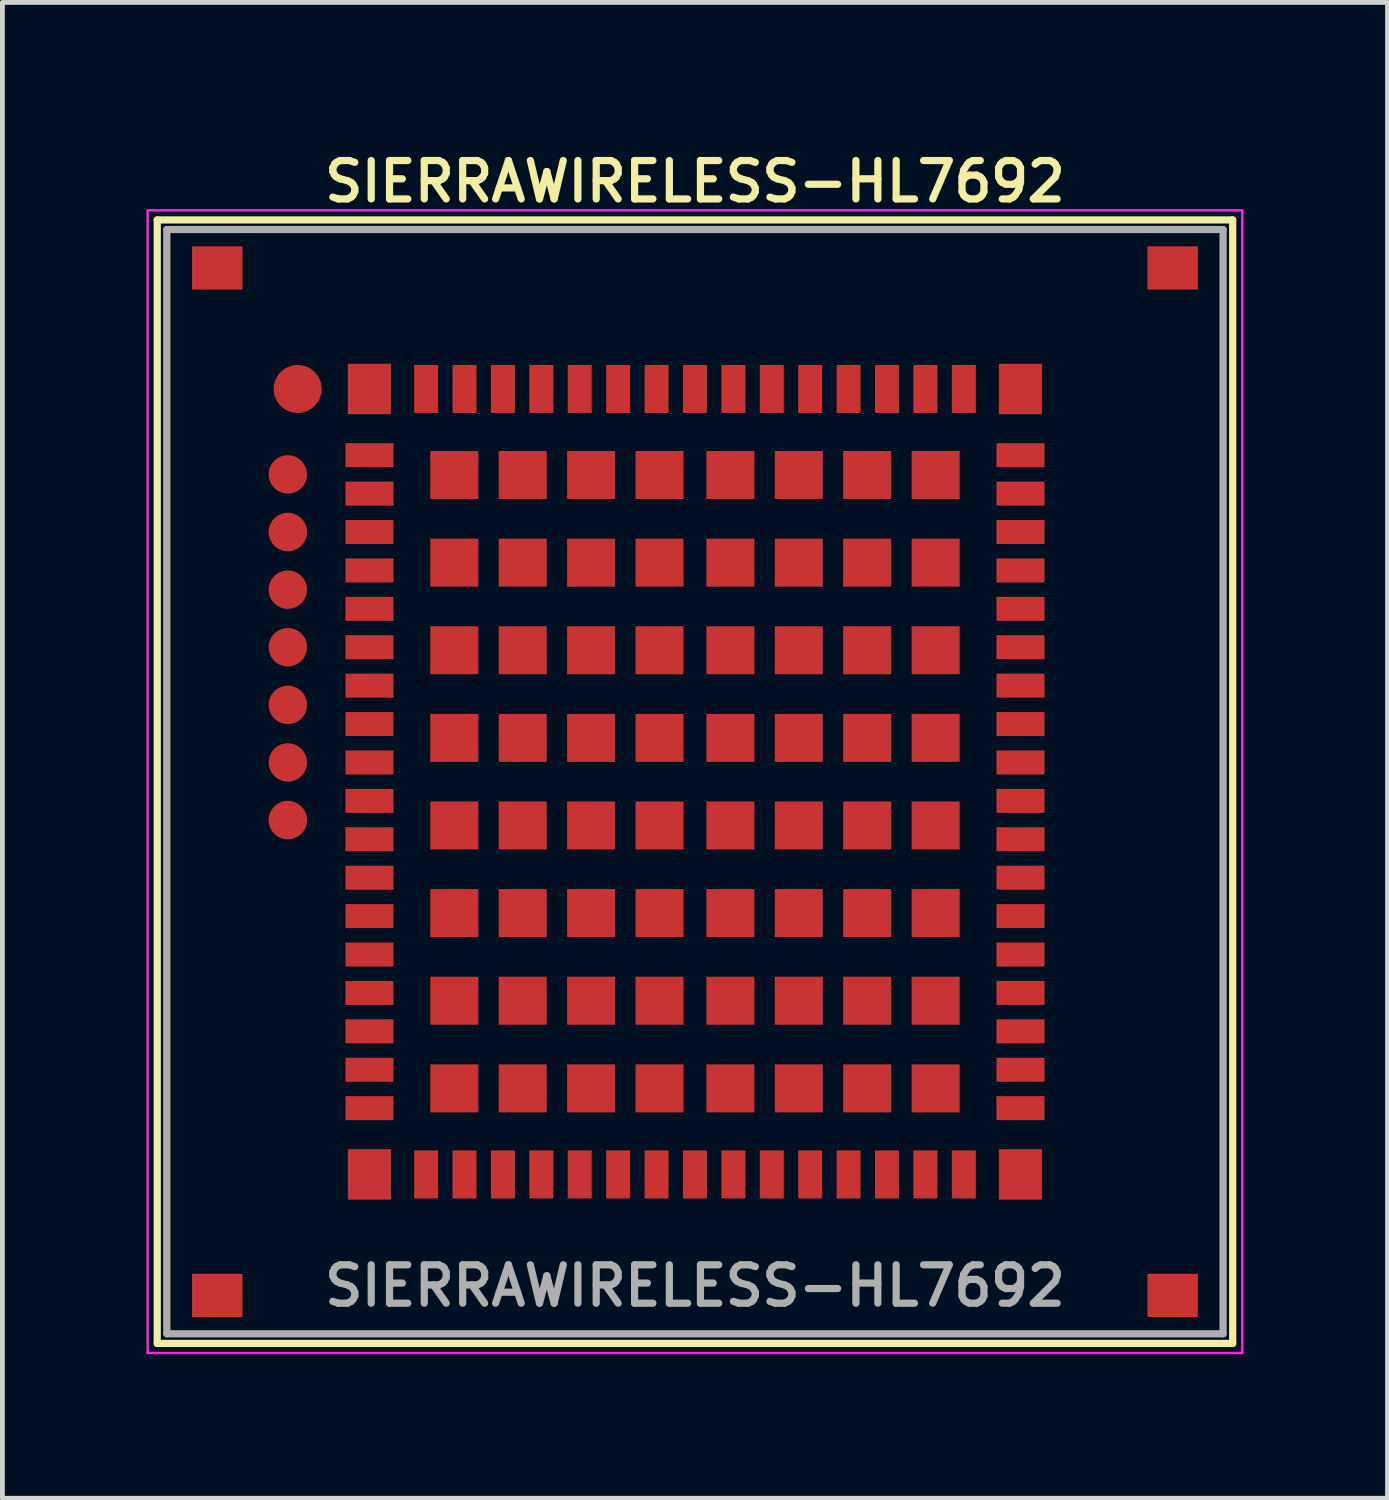
<source format=kicad_pcb>
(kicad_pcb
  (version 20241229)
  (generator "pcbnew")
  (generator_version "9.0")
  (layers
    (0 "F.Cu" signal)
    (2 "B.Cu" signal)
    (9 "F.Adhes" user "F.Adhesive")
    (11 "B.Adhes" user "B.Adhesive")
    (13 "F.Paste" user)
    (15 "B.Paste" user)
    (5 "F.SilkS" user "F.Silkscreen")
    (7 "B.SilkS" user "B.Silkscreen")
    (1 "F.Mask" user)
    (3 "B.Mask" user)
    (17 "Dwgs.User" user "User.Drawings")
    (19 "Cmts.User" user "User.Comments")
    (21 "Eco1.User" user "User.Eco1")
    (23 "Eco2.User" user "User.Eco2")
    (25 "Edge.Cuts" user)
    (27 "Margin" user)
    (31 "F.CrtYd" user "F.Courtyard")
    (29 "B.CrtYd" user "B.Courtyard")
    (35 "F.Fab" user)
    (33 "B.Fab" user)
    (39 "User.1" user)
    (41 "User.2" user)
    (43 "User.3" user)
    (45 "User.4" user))
  (footprint "SIERRAWIRELESS-HL7692"
    (layer "F.Cu")
    (at 11.425 13.231)
    (property "Reference" "SIERRAWIRELESS-HL7692" (at 0 -12.5 0) (layer "F.SilkS") (effects (font (size 0.8 0.8) (thickness 0.15))))
    (attr through_hole)
    (fp_line (start -11.2 -11.7) (end 11.2 -11.7) (stroke (width 0.15) (type solid)) (layer "F.SilkS"))
    (fp_line (start -11.2 11.7) (end -11.2 -11.7) (stroke (width 0.15) (type solid)) (layer "F.SilkS"))
    (fp_line (start 11.2 -11.7) (end 11.2 11.7) (stroke (width 0.15) (type solid)) (layer "F.SilkS"))
    (fp_line (start 11.2 11.7) (end -11.2 11.7) (stroke (width 0.15) (type solid)) (layer "F.SilkS"))
    (fp_line (start -11.4 -11.9) (end 11.4 -11.9) (stroke (width 0.05) (type solid)) (layer "F.CrtYd"))
    (fp_line (start -11.4 11.9) (end -11.4 -11.9) (stroke (width 0.05) (type solid)) (layer "F.CrtYd"))
    (fp_line (start 11.4 -11.9) (end 11.4 11.9) (stroke (width 0.05) (type solid)) (layer "F.CrtYd"))
    (fp_line (start 11.4 11.9) (end -11.4 11.9) (stroke (width 0.05) (type solid)) (layer "F.CrtYd"))
    (fp_line (start -11 -11.5) (end -11 11.5) (stroke (width 0.15) (type solid)) (layer "F.Fab"))
    (fp_line (start -11 11.5) (end 11 11.5) (stroke (width 0.15) (type solid)) (layer "F.Fab"))
    (fp_line (start 11 -11.5) (end -11 -11.5) (stroke (width 0.15) (type solid)) (layer "F.Fab"))
    (fp_line (start 11 11.5) (end 11 -11.5) (stroke (width 0.15) (type solid)) (layer "F.Fab"))
    (fp_text user "${REFERENCE}" (at 0 10.5 0) (layer "F.Fab") (effects (font (size 0.8 0.8) (thickness 0.15))))
    (pad "" smd circle (at -8.275 -8.18) (size 1 1) (layers "F.Cu" "F.Mask" "F.Paste"))
    (pad "1" smd rect (at -6.78 -6.8 90) (size 0.5 1) (layers "F.Cu" "F.Mask" "F.Paste"))
    (pad "2" smd rect (at -6.78 -6 90) (size 0.5 1) (layers "F.Cu" "F.Mask" "F.Paste"))
    (pad "3" smd rect (at -6.78 -5.2 90) (size 0.5 1) (layers "F.Cu" "F.Mask" "F.Paste"))
    (pad "4" smd rect (at -6.78 -4.4 90) (size 0.5 1) (layers "F.Cu" "F.Mask" "F.Paste"))
    (pad "5" smd rect (at -6.78 -3.6 90) (size 0.5 1) (layers "F.Cu" "F.Mask" "F.Paste"))
    (pad "6" smd rect (at -6.78 -2.8 90) (size 0.5 1) (layers "F.Cu" "F.Mask" "F.Paste"))
    (pad "7" smd rect (at -6.78 -2 90) (size 0.5 1) (layers "F.Cu" "F.Mask" "F.Paste"))
    (pad "8" smd rect (at -6.78 -1.2 90) (size 0.5 1) (layers "F.Cu" "F.Mask" "F.Paste"))
    (pad "9" smd rect (at -6.78 -0.4 90) (size 0.5 1) (layers "F.Cu" "F.Mask" "F.Paste"))
    (pad "10" smd rect (at -6.78 0.4 90) (size 0.5 1) (layers "F.Cu" "F.Mask" "F.Paste"))
    (pad "11" smd rect (at -6.78 1.2 90) (size 0.5 1) (layers "F.Cu" "F.Mask" "F.Paste"))
    (pad "12" smd rect (at -6.78 2 90) (size 0.5 1) (layers "F.Cu" "F.Mask" "F.Paste"))
    (pad "13" smd rect (at -6.78 2.8 90) (size 0.5 1) (layers "F.Cu" "F.Mask" "F.Paste"))
    (pad "14" smd rect (at -6.78 3.6 90) (size 0.5 1) (layers "F.Cu" "F.Mask" "F.Paste"))
    (pad "15" smd rect (at -6.78 4.4 90) (size 0.5 1) (layers "F.Cu" "F.Mask" "F.Paste"))
    (pad "16" smd rect (at -6.78 5.2 90) (size 0.5 1) (layers "F.Cu" "F.Mask" "F.Paste"))
    (pad "17" smd rect (at -6.78 6 90) (size 0.5 1) (layers "F.Cu" "F.Mask" "F.Paste"))
    (pad "18" smd rect (at -6.78 6.8 90) (size 0.5 1) (layers "F.Cu" "F.Mask" "F.Paste"))
    (pad "19" smd rect (at -5.6 8.18) (size 0.5 1) (layers "F.Cu" "F.Mask" "F.Paste"))
    (pad "20" smd rect (at -4.8 8.18) (size 0.5 1) (layers "F.Cu" "F.Mask" "F.Paste"))
    (pad "21" smd rect (at -4 8.18) (size 0.5 1) (layers "F.Cu" "F.Mask" "F.Paste"))
    (pad "22" smd rect (at -3.2 8.18) (size 0.5 1) (layers "F.Cu" "F.Mask" "F.Paste"))
    (pad "23" smd rect (at -2.4 8.18) (size 0.5 1) (layers "F.Cu" "F.Mask" "F.Paste"))
    (pad "24" smd rect (at -1.6 8.18) (size 0.5 1) (layers "F.Cu" "F.Mask" "F.Paste"))
    (pad "25" smd rect (at -0.8 8.18) (size 0.5 1) (layers "F.Cu" "F.Mask" "F.Paste"))
    (pad "26" smd rect (at 0 8.18) (size 0.5 1) (layers "F.Cu" "F.Mask" "F.Paste"))
    (pad "27" smd rect (at 0.8 8.18) (size 0.5 1) (layers "F.Cu" "F.Mask" "F.Paste"))
    (pad "28" smd rect (at 1.6 8.18) (size 0.5 1) (layers "F.Cu" "F.Mask" "F.Paste"))
    (pad "29" smd rect (at 2.4 8.18) (size 0.5 1) (layers "F.Cu" "F.Mask" "F.Paste"))
    (pad "30" smd rect (at 3.2 8.18) (size 0.5 1) (layers "F.Cu" "F.Mask" "F.Paste"))
    (pad "31" smd rect (at 4 8.18) (size 0.5 1) (layers "F.Cu" "F.Mask" "F.Paste"))
    (pad "32" smd rect (at 4.8 8.18) (size 0.5 1) (layers "F.Cu" "F.Mask" "F.Paste"))
    (pad "33" smd rect (at 5.6 8.18) (size 0.5 1) (layers "F.Cu" "F.Mask" "F.Paste"))
    (pad "34" smd rect (at 6.78 6.8 90) (size 0.5 1) (layers "F.Cu" "F.Mask" "F.Paste"))
    (pad "35" smd rect (at 6.78 6 90) (size 0.5 1) (layers "F.Cu" "F.Mask" "F.Paste"))
    (pad "36" smd rect (at 6.78 5.2 90) (size 0.5 1) (layers "F.Cu" "F.Mask" "F.Paste"))
    (pad "37" smd rect (at 6.78 4.4 90) (size 0.5 1) (layers "F.Cu" "F.Mask" "F.Paste"))
    (pad "38" smd rect (at 6.78 3.6 90) (size 0.5 1) (layers "F.Cu" "F.Mask" "F.Paste"))
    (pad "39" smd rect (at 6.78 2.8 90) (size 0.5 1) (layers "F.Cu" "F.Mask" "F.Paste"))
    (pad "40" smd rect (at 6.78 2 90) (size 0.5 1) (layers "F.Cu" "F.Mask" "F.Paste"))
    (pad "41" smd rect (at 6.78 1.2 90) (size 0.5 1) (layers "F.Cu" "F.Mask" "F.Paste"))
    (pad "42" smd rect (at 6.78 0.4 90) (size 0.5 1) (layers "F.Cu" "F.Mask" "F.Paste"))
    (pad "43" smd rect (at 6.78 -0.4 90) (size 0.5 1) (layers "F.Cu" "F.Mask" "F.Paste"))
    (pad "44" smd rect (at 6.78 -1.2 90) (size 0.5 1) (layers "F.Cu" "F.Mask" "F.Paste"))
    (pad "45" smd rect (at 6.78 -2 90) (size 0.5 1) (layers "F.Cu" "F.Mask" "F.Paste"))
    (pad "46" smd rect (at 6.78 -2.8 90) (size 0.5 1) (layers "F.Cu" "F.Mask" "F.Paste"))
    (pad "47" smd rect (at 6.78 -3.6 90) (size 0.5 1) (layers "F.Cu" "F.Mask" "F.Paste"))
    (pad "48" smd rect (at 6.78 -4.4 90) (size 0.5 1) (layers "F.Cu" "F.Mask" "F.Paste"))
    (pad "49" smd rect (at 6.78 -5.2 90) (size 0.5 1) (layers "F.Cu" "F.Mask" "F.Paste"))
    (pad "50" smd rect (at 6.78 -6 90) (size 0.5 1) (layers "F.Cu" "F.Mask" "F.Paste"))
    (pad "51" smd rect (at 6.78 -6.8 90) (size 0.5 1) (layers "F.Cu" "F.Mask" "F.Paste"))
    (pad "52" smd rect (at 5.6 -8.18) (size 0.5 1) (layers "F.Cu" "F.Mask" "F.Paste"))
    (pad "53" smd rect (at 4.8 -8.18) (size 0.5 1) (layers "F.Cu" "F.Mask" "F.Paste"))
    (pad "54" smd rect (at 4 -8.18) (size 0.5 1) (layers "F.Cu" "F.Mask" "F.Paste"))
    (pad "55" smd rect (at 3.2 -8.18) (size 0.5 1) (layers "F.Cu" "F.Mask" "F.Paste"))
    (pad "56" smd rect (at 2.4 -8.18) (size 0.5 1) (layers "F.Cu" "F.Mask" "F.Paste"))
    (pad "57" smd rect (at 1.6 -8.18) (size 0.5 1) (layers "F.Cu" "F.Mask" "F.Paste"))
    (pad "58" smd rect (at 0.8 -8.18) (size 0.5 1) (layers "F.Cu" "F.Mask" "F.Paste"))
    (pad "59" smd rect (at 0 -8.18) (size 0.5 1) (layers "F.Cu" "F.Mask" "F.Paste"))
    (pad "60" smd rect (at -0.8 -8.18) (size 0.5 1) (layers "F.Cu" "F.Mask" "F.Paste"))
    (pad "61" smd rect (at -1.6 -8.18) (size 0.5 1) (layers "F.Cu" "F.Mask" "F.Paste"))
    (pad "62" smd rect (at -2.4 -8.18) (size 0.5 1) (layers "F.Cu" "F.Mask" "F.Paste"))
    (pad "63" smd rect (at -3.2 -8.18) (size 0.5 1) (layers "F.Cu" "F.Mask" "F.Paste"))
    (pad "64" smd rect (at -4 -8.18) (size 0.5 1) (layers "F.Cu" "F.Mask" "F.Paste"))
    (pad "65" smd rect (at -4.8 -8.18) (size 0.5 1) (layers "F.Cu" "F.Mask" "F.Paste"))
    (pad "66" smd rect (at -5.6 -8.18) (size 0.5 1) (layers "F.Cu" "F.Mask" "F.Paste"))
    (pad "67" smd rect (at -6.78 -8.18 270) (size 1.05 0.9) (layers "F.Cu" "F.Mask" "F.Paste"))
    (pad "67" smd rect (at -6.78 8.18 270) (size 1.05 0.9) (layers "F.Cu" "F.Mask" "F.Paste"))
    (pad "67" smd rect (at 6.78 -8.18 270) (size 1.05 0.9) (layers "F.Cu" "F.Mask" "F.Paste"))
    (pad "67" smd rect (at 6.78 8.18 270) (size 1.05 0.9) (layers "F.Cu" "F.Mask" "F.Paste"))
    (pad "167" smd rect (at -9.95 -10.7) (size 1.05 0.9) (layers "F.Cu" "F.Mask" "F.Paste"))
    (pad "168" smd rect (at -9.95 10.7) (size 1.05 0.9) (layers "F.Cu" "F.Mask" "F.Paste"))
    (pad "169" smd rect (at 9.95 10.7) (size 1.05 0.9) (layers "F.Cu" "F.Mask" "F.Paste"))
    (pad "170" smd rect (at 9.95 -10.7) (size 1.05 0.9) (layers "F.Cu" "F.Mask" "F.Paste"))
    (pad "171" smd rect (at -5.013 -6.388) (size 1 1) (layers "F.Cu" "F.Mask" "F.Paste"))
    (pad "172" smd rect (at -3.587 -6.388) (size 1 1) (layers "F.Cu" "F.Mask" "F.Paste"))
    (pad "173" smd rect (at -2.163 -6.388) (size 1 1) (layers "F.Cu" "F.Mask" "F.Paste"))
    (pad "174" smd rect (at -0.738 -6.388) (size 1 1) (layers "F.Cu" "F.Mask" "F.Paste"))
    (pad "175" smd rect (at 0.738 -6.388) (size 1 1) (layers "F.Cu" "F.Mask" "F.Paste"))
    (pad "176" smd rect (at 2.163 -6.388) (size 1 1) (layers "F.Cu" "F.Mask" "F.Paste"))
    (pad "177" smd rect (at 3.587 -6.388) (size 1 1) (layers "F.Cu" "F.Mask" "F.Paste"))
    (pad "178" smd rect (at 5.013 -6.388) (size 1 1) (layers "F.Cu" "F.Mask" "F.Paste"))
    (pad "179" smd rect (at 5.013 -4.562) (size 1 1) (layers "F.Cu" "F.Mask" "F.Paste"))
    (pad "180" smd rect (at 5.013 -2.737) (size 1 1) (layers "F.Cu" "F.Mask" "F.Paste"))
    (pad "181" smd rect (at 5.013 -0.912) (size 1 1) (layers "F.Cu" "F.Mask" "F.Paste"))
    (pad "182" smd rect (at 5.013 0.912) (size 1 1) (layers "F.Cu" "F.Mask" "F.Paste"))
    (pad "183" smd rect (at 5.013 2.737) (size 1 1) (layers "F.Cu" "F.Mask" "F.Paste"))
    (pad "184" smd rect (at 5.013 4.562) (size 1 1) (layers "F.Cu" "F.Mask" "F.Paste"))
    (pad "185" smd rect (at 5.013 6.388) (size 1 1) (layers "F.Cu" "F.Mask" "F.Paste"))
    (pad "186" smd rect (at 3.587 6.388) (size 1 1) (layers "F.Cu" "F.Mask" "F.Paste"))
    (pad "187" smd rect (at 2.163 6.388) (size 1 1) (layers "F.Cu" "F.Mask" "F.Paste"))
    (pad "188" smd rect (at 0.738 6.388) (size 1 1) (layers "F.Cu" "F.Mask" "F.Paste"))
    (pad "189" smd rect (at -0.738 6.388) (size 1 1) (layers "F.Cu" "F.Mask" "F.Paste"))
    (pad "190" smd rect (at -2.163 6.388) (size 1 1) (layers "F.Cu" "F.Mask" "F.Paste"))
    (pad "191" smd rect (at -3.587 6.388) (size 1 1) (layers "F.Cu" "F.Mask" "F.Paste"))
    (pad "192" smd rect (at -5.013 6.388) (size 1 1) (layers "F.Cu" "F.Mask" "F.Paste"))
    (pad "193" smd rect (at -5.013 4.562) (size 1 1) (layers "F.Cu" "F.Mask" "F.Paste"))
    (pad "194" smd rect (at -5.013 2.737) (size 1 1) (layers "F.Cu" "F.Mask" "F.Paste"))
    (pad "195" smd rect (at -5.013 0.912) (size 1 1) (layers "F.Cu" "F.Mask" "F.Paste"))
    (pad "196" smd rect (at -5.013 -0.912) (size 1 1) (layers "F.Cu" "F.Mask" "F.Paste"))
    (pad "197" smd rect (at -5.013 -2.737) (size 1 1) (layers "F.Cu" "F.Mask" "F.Paste"))
    (pad "198" smd rect (at -5.013 -4.562) (size 1 1) (layers "F.Cu" "F.Mask" "F.Paste"))
    (pad "199" smd rect (at -3.587 -4.562) (size 1 1) (layers "F.Cu" "F.Mask" "F.Paste"))
    (pad "200" smd rect (at -2.163 -4.562) (size 1 1) (layers "F.Cu" "F.Mask" "F.Paste"))
    (pad "201" smd rect (at -0.738 -4.562) (size 1 1) (layers "F.Cu" "F.Mask" "F.Paste"))
    (pad "202" smd rect (at 0.738 -4.562) (size 1 1) (layers "F.Cu" "F.Mask" "F.Paste"))
    (pad "203" smd rect (at 2.163 -4.562) (size 1 1) (layers "F.Cu" "F.Mask" "F.Paste"))
    (pad "204" smd rect (at 3.587 -4.562) (size 1 1) (layers "F.Cu" "F.Mask" "F.Paste"))
    (pad "205" smd rect (at 3.587 -2.737) (size 1 1) (layers "F.Cu" "F.Mask" "F.Paste"))
    (pad "206" smd rect (at 3.587 -0.912) (size 1 1) (layers "F.Cu" "F.Mask" "F.Paste"))
    (pad "207" smd rect (at 3.587 0.912) (size 1 1) (layers "F.Cu" "F.Mask" "F.Paste"))
    (pad "208" smd rect (at 3.587 2.737) (size 1 1) (layers "F.Cu" "F.Mask" "F.Paste"))
    (pad "209" smd rect (at 3.587 4.562) (size 1 1) (layers "F.Cu" "F.Mask" "F.Paste"))
    (pad "210" smd rect (at 2.163 4.562) (size 1 1) (layers "F.Cu" "F.Mask" "F.Paste"))
    (pad "211" smd rect (at 0.738 4.562) (size 1 1) (layers "F.Cu" "F.Mask" "F.Paste"))
    (pad "212" smd rect (at -0.738 4.562) (size 1 1) (layers "F.Cu" "F.Mask" "F.Paste"))
    (pad "213" smd rect (at -2.163 4.562) (size 1 1) (layers "F.Cu" "F.Mask" "F.Paste"))
    (pad "214" smd rect (at -3.587 4.562) (size 1 1) (layers "F.Cu" "F.Mask" "F.Paste"))
    (pad "215" smd rect (at -3.587 2.737) (size 1 1) (layers "F.Cu" "F.Mask" "F.Paste"))
    (pad "216" smd rect (at -3.587 0.912) (size 1 1) (layers "F.Cu" "F.Mask" "F.Paste"))
    (pad "217" smd rect (at -3.587 -0.912) (size 1 1) (layers "F.Cu" "F.Mask" "F.Paste"))
    (pad "218" smd rect (at -3.587 -2.737) (size 1 1) (layers "F.Cu" "F.Mask" "F.Paste"))
    (pad "219" smd rect (at -2.163 -2.737) (size 1 1) (layers "F.Cu" "F.Mask" "F.Paste"))
    (pad "220" smd rect (at -0.738 -2.737) (size 1 1) (layers "F.Cu" "F.Mask" "F.Paste"))
    (pad "221" smd rect (at 0.738 -2.737) (size 1 1) (layers "F.Cu" "F.Mask" "F.Paste"))
    (pad "222" smd rect (at 2.163 -2.737) (size 1 1) (layers "F.Cu" "F.Mask" "F.Paste"))
    (pad "223" smd rect (at 2.163 -0.912) (size 1 1) (layers "F.Cu" "F.Mask" "F.Paste"))
    (pad "224" smd rect (at 2.163 0.912) (size 1 1) (layers "F.Cu" "F.Mask" "F.Paste"))
    (pad "225" smd rect (at 2.163 2.737) (size 1 1) (layers "F.Cu" "F.Mask" "F.Paste"))
    (pad "226" smd rect (at 0.738 2.737) (size 1 1) (layers "F.Cu" "F.Mask" "F.Paste"))
    (pad "227" smd rect (at -0.738 2.737) (size 1 1) (layers "F.Cu" "F.Mask" "F.Paste"))
    (pad "228" smd rect (at -2.163 2.737) (size 1 1) (layers "F.Cu" "F.Mask" "F.Paste"))
    (pad "229" smd rect (at -2.163 0.912) (size 1 1) (layers "F.Cu" "F.Mask" "F.Paste"))
    (pad "230" smd rect (at -2.163 -0.912) (size 1 1) (layers "F.Cu" "F.Mask" "F.Paste"))
    (pad "231" smd rect (at -0.738 -0.912) (size 1 1) (layers "F.Cu" "F.Mask" "F.Paste"))
    (pad "232" smd rect (at 0.738 -0.912) (size 1 1) (layers "F.Cu" "F.Mask" "F.Paste"))
    (pad "233" smd rect (at 0.738 0.912) (size 1 1) (layers "F.Cu" "F.Mask" "F.Paste"))
    (pad "234" smd rect (at -0.738 0.912) (size 1 1) (layers "F.Cu" "F.Mask" "F.Paste"))
    (pad "236" smd circle (at -8.48 -6.4) (size 0.8 0.8) (layers "F.Cu" "F.Mask" "F.Paste"))
    (pad "237" smd circle (at -8.48 -5.2) (size 0.8 0.8) (layers "F.Cu" "F.Mask" "F.Paste"))
    (pad "238" smd circle (at -8.48 -4) (size 0.8 0.8) (layers "F.Cu" "F.Mask" "F.Paste"))
    (pad "239" smd circle (at -8.48 -2.8) (size 0.8 0.8) (layers "F.Cu" "F.Mask" "F.Paste"))
    (pad "240" smd circle (at -8.48 -1.6) (size 0.8 0.8) (layers "F.Cu" "F.Mask" "F.Paste"))
    (pad "241" smd circle (at -8.48 -0.4) (size 0.8 0.8) (layers "F.Cu" "F.Mask" "F.Paste"))
    (pad "242" smd circle (at -8.48 0.8) (size 0.8 0.8) (layers "F.Cu" "F.Mask" "F.Paste")))
  (gr_rect
    (start -3 -3)
    (end 25.85 28.156)
    (stroke (width 0.1) (type default))
    (fill no)
    (layer "Edge.Cuts")))
</source>
